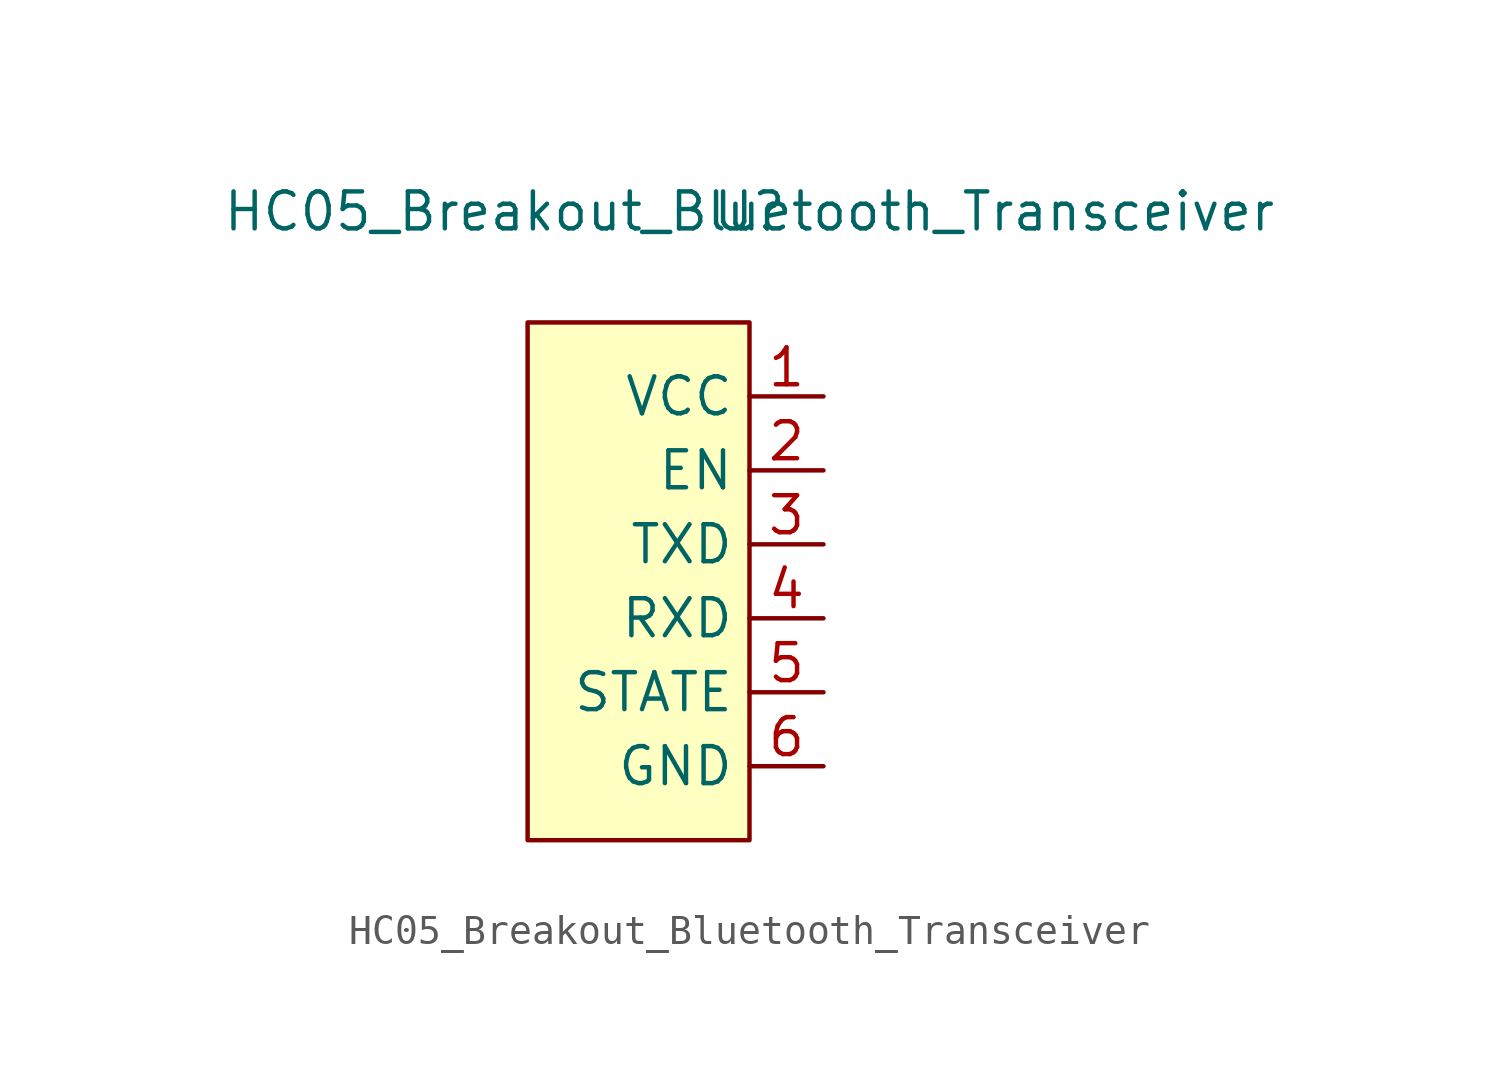
<source format=kicad_sym>
(kicad_symbol_lib
  (version 20211014)
  (generator kicad_symbol_editor)
  (symbol "HC05_Breakout_Bluetooth_Transceiver"
    (property "Reference" "U"
      (at 0 0 0)
      (effects (font (size 1.27 1.27))))
    (property "Value" "HC05_Breakout_Bluetooth_Transceiver"
      (at 0 0 0)
      (effects (font (size 1.27 1.27))))
    (symbol "HC05_Breakout_Bluetooth_Transceiver_0_1"
      (rectangle (start -7.62 -3.81) (end 0 -21.59) (stroke (width 0) (type default) (color 0 0 0 0)) (fill (type background))))
    (symbol "HC05_Breakout_Bluetooth_Transceiver_1_1"
      (pin power_in line (at 2.54 -6.35 180) (length 2.54) (name "VCC" (effects (font (size 1.27 1.27)))) (number "1" (effects (font (size 1.27 1.27)))))
      (pin input line (at 2.54 -8.89 180) (length 2.54) (name "EN" (effects (font (size 1.27 1.27)))) (number "2" (effects (font (size 1.27 1.27)))))
      (pin output line (at 2.54 -11.43 180) (length 2.54) (name "TXD" (effects (font (size 1.27 1.27)))) (number "3" (effects (font (size 1.27 1.27)))))
      (pin input line (at 2.54 -13.97 180) (length 2.54) (name "RXD" (effects (font (size 1.27 1.27)))) (number "4" (effects (font (size 1.27 1.27)))))
      (pin bidirectional line (at 2.54 -16.51 180) (length 2.54) (name "STATE" (effects (font (size 1.27 1.27)))) (number "5" (effects (font (size 1.27 1.27)))))
      (pin power_in line (at 2.54 -19.05 180) (length 2.54) (name "GND" (effects (font (size 1.27 1.27)))) (number "6" (effects (font (size 1.27 1.27))))))))
</source>
